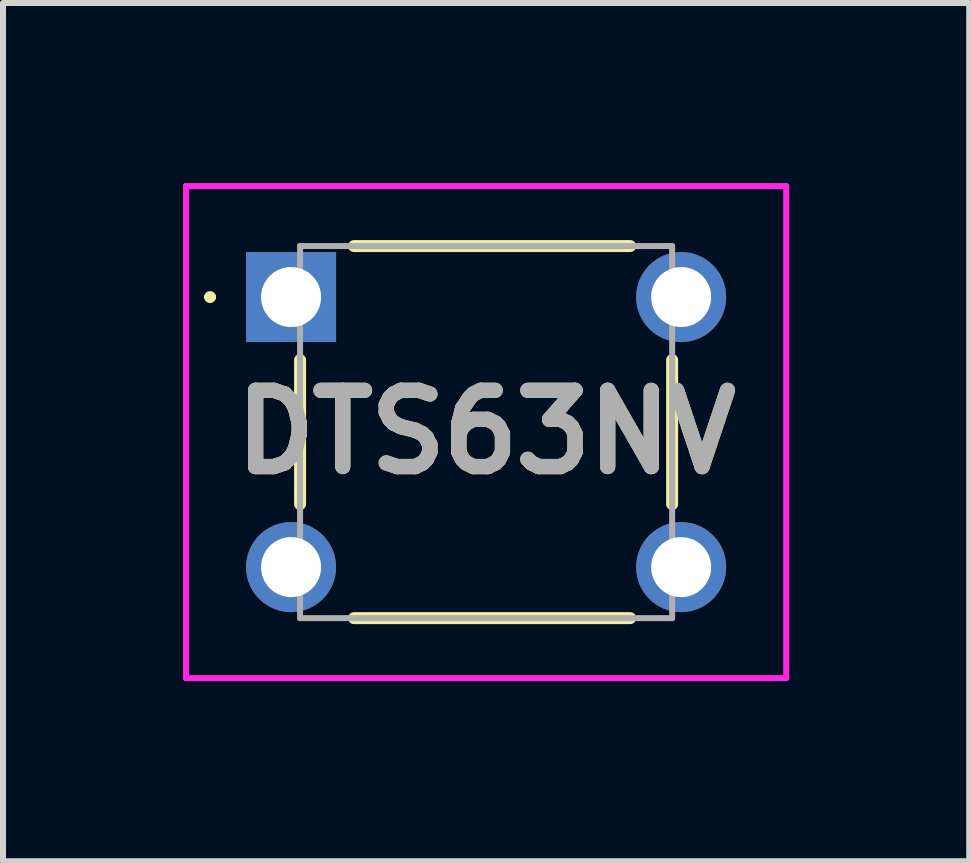
<source format=kicad_pcb>
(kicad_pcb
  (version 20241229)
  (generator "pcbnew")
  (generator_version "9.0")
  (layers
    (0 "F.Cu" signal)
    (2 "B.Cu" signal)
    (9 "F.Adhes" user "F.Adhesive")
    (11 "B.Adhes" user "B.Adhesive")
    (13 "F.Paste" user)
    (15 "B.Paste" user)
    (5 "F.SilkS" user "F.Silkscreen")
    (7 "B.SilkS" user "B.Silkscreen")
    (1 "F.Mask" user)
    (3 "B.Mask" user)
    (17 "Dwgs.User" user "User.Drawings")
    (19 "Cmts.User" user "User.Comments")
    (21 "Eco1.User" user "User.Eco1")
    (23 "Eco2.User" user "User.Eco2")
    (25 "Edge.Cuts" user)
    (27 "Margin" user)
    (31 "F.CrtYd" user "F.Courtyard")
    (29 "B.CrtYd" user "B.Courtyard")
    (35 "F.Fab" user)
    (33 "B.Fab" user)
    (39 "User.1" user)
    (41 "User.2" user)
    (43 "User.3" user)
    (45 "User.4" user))
  (footprint "DTS63NV"
    (layer "F.Cu")
    (at 1.8 1.9)
    (property "Reference" "DTS63NV" (at 3.25 2.25 0) (layer "F.SilkS") (effects (font (size 1.27 1.27) (thickness 0.254))))
    (attr through_hole)
    (fp_line (start -1.4 0) (end -1.4 0) (stroke (width 0.1) (type solid)) (layer "F.SilkS"))
    (fp_line (start -1.3 0) (end -1.3 0) (stroke (width 0.1) (type solid)) (layer "F.SilkS"))
    (fp_line (start 0.15 1.05) (end 0.15 3.45) (stroke (width 0.2) (type solid)) (layer "F.SilkS"))
    (fp_line (start 1.05 -0.85) (end 5.65 -0.85) (stroke (width 0.2) (type solid)) (layer "F.SilkS"))
    (fp_line (start 1.05 5.35) (end 5.65 5.35) (stroke (width 0.2) (type solid)) (layer "F.SilkS"))
    (fp_line (start 6.35 1.05) (end 6.35 3.45) (stroke (width 0.2) (type solid)) (layer "F.SilkS"))
    (fp_arc (start -1.4 0) (mid -1.35 -0.05) (end -1.3 0) (stroke (width 0.1) (type solid)) (layer "F.SilkS"))
    (fp_arc (start -1.3 0) (mid -1.35 0.05) (end -1.4 0) (stroke (width 0.1) (type solid)) (layer "F.SilkS"))
    (fp_line (start -1.75 -1.85) (end 8.25 -1.85) (stroke (width 0.1) (type solid)) (layer "F.CrtYd"))
    (fp_line (start -1.75 6.35) (end -1.75 -1.85) (stroke (width 0.1) (type solid)) (layer "F.CrtYd"))
    (fp_line (start 8.25 -1.85) (end 8.25 6.35) (stroke (width 0.1) (type solid)) (layer "F.CrtYd"))
    (fp_line (start 8.25 6.35) (end -1.75 6.35) (stroke (width 0.1) (type solid)) (layer "F.CrtYd"))
    (fp_line (start 0.15 -0.85) (end 0.15 5.35) (stroke (width 0.1) (type solid)) (layer "F.Fab"))
    (fp_line (start 0.15 5.35) (end 6.35 5.35) (stroke (width 0.1) (type solid)) (layer "F.Fab"))
    (fp_line (start 6.35 -0.85) (end 0.15 -0.85) (stroke (width 0.1) (type solid)) (layer "F.Fab"))
    (fp_line (start 6.35 5.35) (end 6.35 -0.85) (stroke (width 0.1) (type solid)) (layer "F.Fab"))
    (fp_text user "${REFERENCE}" (at 3.25 2.25 0) (layer "F.Fab") (effects (font (size 1.27 1.27) (thickness 0.254))))
    (pad "1" thru_hole rect (at 0 0) (size 1.5 1.5) (drill 1) (layers "*.Cu" "*.Mask"))
    (pad "2" thru_hole circle (at 6.5 0) (size 1.5 1.5) (drill 1) (layers "*.Cu" "*.Mask"))
    (pad "3" thru_hole circle (at 0 4.5) (size 1.5 1.5) (drill 1) (layers "*.Cu" "*.Mask"))
    (pad "4" thru_hole circle (at 6.5 4.5) (size 1.5 1.5) (drill 1) (layers "*.Cu" "*.Mask")))
  (gr_rect
    (start -3 -3)
    (end 13.1 11.3)
    (stroke (width 0.1) (type default))
    (fill no)
    (layer "Edge.Cuts")))
</source>
